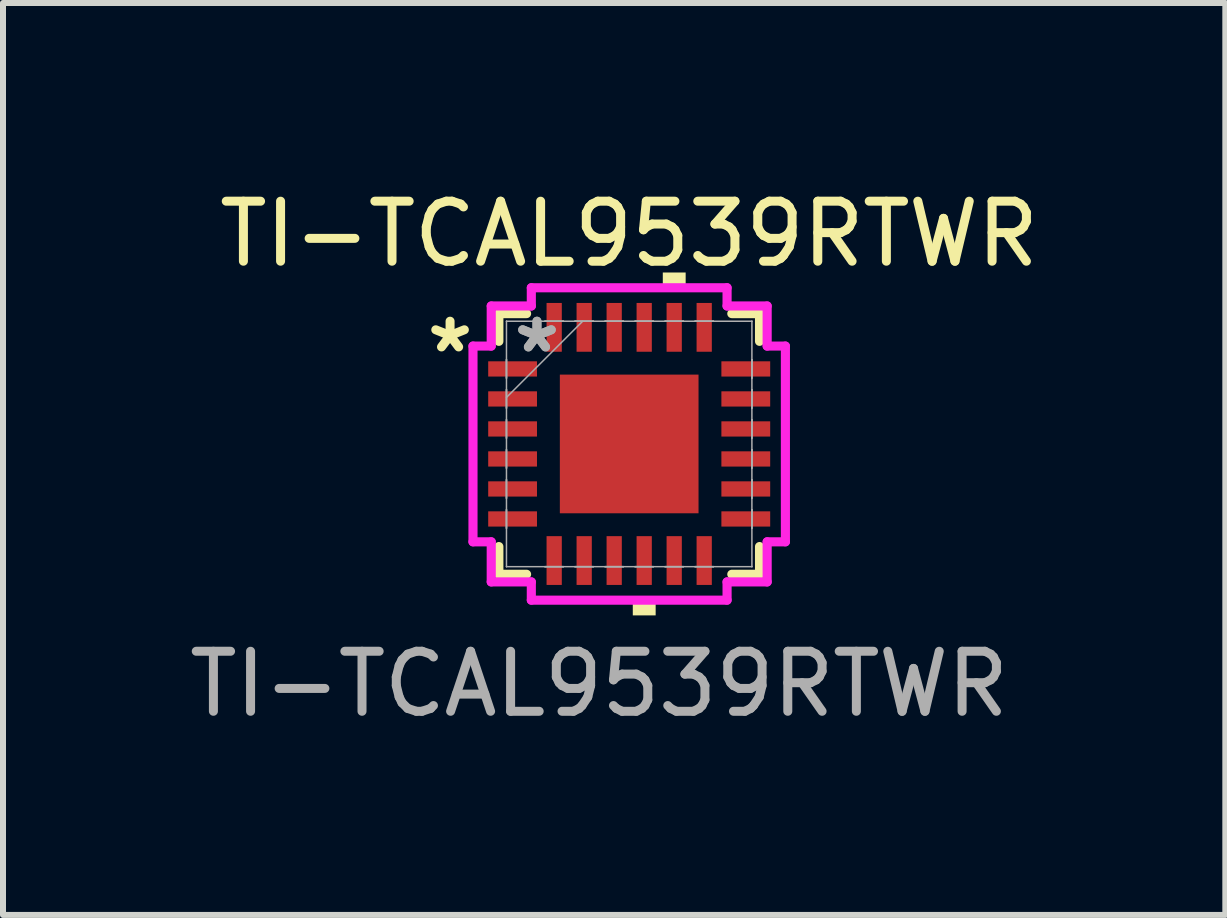
<source format=kicad_pcb>
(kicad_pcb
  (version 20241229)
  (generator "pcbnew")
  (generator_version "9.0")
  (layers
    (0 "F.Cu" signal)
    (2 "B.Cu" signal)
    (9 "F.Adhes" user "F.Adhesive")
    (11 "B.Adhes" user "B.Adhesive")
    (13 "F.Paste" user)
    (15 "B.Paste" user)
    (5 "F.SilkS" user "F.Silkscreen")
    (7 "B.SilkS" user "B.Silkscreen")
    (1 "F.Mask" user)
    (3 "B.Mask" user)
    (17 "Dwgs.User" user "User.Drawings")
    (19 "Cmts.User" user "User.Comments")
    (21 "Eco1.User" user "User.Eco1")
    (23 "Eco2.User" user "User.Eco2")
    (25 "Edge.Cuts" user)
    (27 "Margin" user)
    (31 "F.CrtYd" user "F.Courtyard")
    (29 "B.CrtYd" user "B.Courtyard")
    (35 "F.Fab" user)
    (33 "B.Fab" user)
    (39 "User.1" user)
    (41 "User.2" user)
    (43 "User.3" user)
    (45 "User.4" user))
  (footprint "TI-TCAL9539RTWR"
    (layer "F.Cu")
    (at 7.435 4.348)
    (property "Reference" "TI-TCAL9539RTWR" (at 0 -3.5 0) (unlocked yes) (layer "F.SilkS") (effects (font (size 1 1) (thickness 0.15))))
    (attr smd)
    (fp_line (start -2.172 -2.172) (end -2.172 -1.71) (stroke (width 0.152) (type solid)) (layer "F.SilkS"))
    (fp_line (start -2.172 1.71) (end -2.172 2.172) (stroke (width 0.152) (type solid)) (layer "F.SilkS"))
    (fp_line (start -2.172 2.172) (end -1.71 2.172) (stroke (width 0.152) (type solid)) (layer "F.SilkS"))
    (fp_line (start -1.71 -2.172) (end -2.172 -2.172) (stroke (width 0.152) (type solid)) (layer "F.SilkS"))
    (fp_line (start 1.71 2.172) (end 2.172 2.172) (stroke (width 0.152) (type solid)) (layer "F.SilkS"))
    (fp_line (start 2.172 -2.172) (end 1.71 -2.172) (stroke (width 0.152) (type solid)) (layer "F.SilkS"))
    (fp_line (start 2.172 -1.71) (end 2.172 -2.172) (stroke (width 0.152) (type solid)) (layer "F.SilkS"))
    (fp_line (start 2.172 2.172) (end 2.172 1.71) (stroke (width 0.152) (type solid)) (layer "F.SilkS"))
    (fp_poly (pts (xy 0.06 2.603) (xy 0.06 2.857) (xy 0.441 2.857) (xy 0.441 2.603)) (stroke (width 0) (type solid)) (fill yes) (layer "F.SilkS"))
    (fp_poly (pts (xy 0.56 -2.603) (xy 0.56 -2.857) (xy 0.941 -2.857) (xy 0.941 -2.603)) (stroke (width 0) (type solid)) (fill yes) (layer "F.SilkS"))
    (fp_line (start -2.603 -1.631) (end -2.299 -1.631) (stroke (width 0.152) (type solid)) (layer "F.CrtYd"))
    (fp_line (start -2.603 1.631) (end -2.603 -1.631) (stroke (width 0.152) (type solid)) (layer "F.CrtYd"))
    (fp_line (start -2.299 -2.299) (end -1.631 -2.299) (stroke (width 0.152) (type solid)) (layer "F.CrtYd"))
    (fp_line (start -2.299 -1.631) (end -2.299 -2.299) (stroke (width 0.152) (type solid)) (layer "F.CrtYd"))
    (fp_line (start -2.299 1.631) (end -2.603 1.631) (stroke (width 0.152) (type solid)) (layer "F.CrtYd"))
    (fp_line (start -2.299 2.299) (end -2.299 1.631) (stroke (width 0.152) (type solid)) (layer "F.CrtYd"))
    (fp_line (start -1.631 -2.603) (end 1.631 -2.603) (stroke (width 0.152) (type solid)) (layer "F.CrtYd"))
    (fp_line (start -1.631 -2.299) (end -1.631 -2.603) (stroke (width 0.152) (type solid)) (layer "F.CrtYd"))
    (fp_line (start -1.631 2.299) (end -2.299 2.299) (stroke (width 0.152) (type solid)) (layer "F.CrtYd"))
    (fp_line (start -1.631 2.603) (end -1.631 2.299) (stroke (width 0.152) (type solid)) (layer "F.CrtYd"))
    (fp_line (start 1.631 -2.603) (end 1.631 -2.299) (stroke (width 0.152) (type solid)) (layer "F.CrtYd"))
    (fp_line (start 1.631 -2.299) (end 2.299 -2.299) (stroke (width 0.152) (type solid)) (layer "F.CrtYd"))
    (fp_line (start 1.631 2.299) (end 1.631 2.603) (stroke (width 0.152) (type solid)) (layer "F.CrtYd"))
    (fp_line (start 1.631 2.603) (end -1.631 2.603) (stroke (width 0.152) (type solid)) (layer "F.CrtYd"))
    (fp_line (start 2.299 -2.299) (end 2.299 -1.631) (stroke (width 0.152) (type solid)) (layer "F.CrtYd"))
    (fp_line (start 2.299 -1.631) (end 2.603 -1.631) (stroke (width 0.152) (type solid)) (layer "F.CrtYd"))
    (fp_line (start 2.299 1.631) (end 2.299 2.299) (stroke (width 0.152) (type solid)) (layer "F.CrtYd"))
    (fp_line (start 2.299 2.299) (end 1.631 2.299) (stroke (width 0.152) (type solid)) (layer "F.CrtYd"))
    (fp_line (start 2.603 -1.631) (end 2.603 1.631) (stroke (width 0.152) (type solid)) (layer "F.CrtYd"))
    (fp_line (start 2.603 1.631) (end 2.299 1.631) (stroke (width 0.152) (type solid)) (layer "F.CrtYd"))
    (fp_line (start -2.045 -2.045) (end -2.045 -2.045) (stroke (width 0.025) (type solid)) (layer "F.Fab"))
    (fp_line (start -2.045 -2.045) (end -2.045 2.045) (stroke (width 0.025) (type solid)) (layer "F.Fab"))
    (fp_line (start -2.045 -1.403) (end -2.045 -1.403) (stroke (width 0.025) (type solid)) (layer "F.Fab"))
    (fp_line (start -2.045 -1.403) (end -2.045 -1.098) (stroke (width 0.025) (type solid)) (layer "F.Fab"))
    (fp_line (start -2.045 -1.098) (end -2.045 -1.403) (stroke (width 0.025) (type solid)) (layer "F.Fab"))
    (fp_line (start -2.045 -1.098) (end -2.045 -1.098) (stroke (width 0.025) (type solid)) (layer "F.Fab"))
    (fp_line (start -2.045 -0.903) (end -2.045 -0.903) (stroke (width 0.025) (type solid)) (layer "F.Fab"))
    (fp_line (start -2.045 -0.903) (end -2.045 -0.598) (stroke (width 0.025) (type solid)) (layer "F.Fab"))
    (fp_line (start -2.045 -0.775) (end -0.775 -2.045) (stroke (width 0.025) (type solid)) (layer "F.Fab"))
    (fp_line (start -2.045 -0.598) (end -2.045 -0.903) (stroke (width 0.025) (type solid)) (layer "F.Fab"))
    (fp_line (start -2.045 -0.598) (end -2.045 -0.598) (stroke (width 0.025) (type solid)) (layer "F.Fab"))
    (fp_line (start -2.045 -0.402) (end -2.045 -0.402) (stroke (width 0.025) (type solid)) (layer "F.Fab"))
    (fp_line (start -2.045 -0.402) (end -2.045 -0.098) (stroke (width 0.025) (type solid)) (layer "F.Fab"))
    (fp_line (start -2.045 -0.098) (end -2.045 -0.402) (stroke (width 0.025) (type solid)) (layer "F.Fab"))
    (fp_line (start -2.045 -0.098) (end -2.045 -0.098) (stroke (width 0.025) (type solid)) (layer "F.Fab"))
    (fp_line (start -2.045 0.098) (end -2.045 0.098) (stroke (width 0.025) (type solid)) (layer "F.Fab"))
    (fp_line (start -2.045 0.098) (end -2.045 0.402) (stroke (width 0.025) (type solid)) (layer "F.Fab"))
    (fp_line (start -2.045 0.402) (end -2.045 0.098) (stroke (width 0.025) (type solid)) (layer "F.Fab"))
    (fp_line (start -2.045 0.402) (end -2.045 0.402) (stroke (width 0.025) (type solid)) (layer "F.Fab"))
    (fp_line (start -2.045 0.598) (end -2.045 0.598) (stroke (width 0.025) (type solid)) (layer "F.Fab"))
    (fp_line (start -2.045 0.598) (end -2.045 0.903) (stroke (width 0.025) (type solid)) (layer "F.Fab"))
    (fp_line (start -2.045 0.903) (end -2.045 0.598) (stroke (width 0.025) (type solid)) (layer "F.Fab"))
    (fp_line (start -2.045 0.903) (end -2.045 0.903) (stroke (width 0.025) (type solid)) (layer "F.Fab"))
    (fp_line (start -2.045 1.098) (end -2.045 1.098) (stroke (width 0.025) (type solid)) (layer "F.Fab"))
    (fp_line (start -2.045 1.098) (end -2.045 1.403) (stroke (width 0.025) (type solid)) (layer "F.Fab"))
    (fp_line (start -2.045 1.403) (end -2.045 1.098) (stroke (width 0.025) (type solid)) (layer "F.Fab"))
    (fp_line (start -2.045 1.403) (end -2.045 1.403) (stroke (width 0.025) (type solid)) (layer "F.Fab"))
    (fp_line (start -2.045 2.045) (end -2.045 2.045) (stroke (width 0.025) (type solid)) (layer "F.Fab"))
    (fp_line (start -2.045 2.045) (end 2.045 2.045) (stroke (width 0.025) (type solid)) (layer "F.Fab"))
    (fp_line (start -1.403 -2.045) (end -1.403 -2.045) (stroke (width 0.025) (type solid)) (layer "F.Fab"))
    (fp_line (start -1.403 -2.045) (end -1.098 -2.045) (stroke (width 0.025) (type solid)) (layer "F.Fab"))
    (fp_line (start -1.403 2.045) (end -1.403 2.045) (stroke (width 0.025) (type solid)) (layer "F.Fab"))
    (fp_line (start -1.403 2.045) (end -1.098 2.045) (stroke (width 0.025) (type solid)) (layer "F.Fab"))
    (fp_line (start -1.098 -2.045) (end -1.403 -2.045) (stroke (width 0.025) (type solid)) (layer "F.Fab"))
    (fp_line (start -1.098 -2.045) (end -1.098 -2.045) (stroke (width 0.025) (type solid)) (layer "F.Fab"))
    (fp_line (start -1.098 2.045) (end -1.403 2.045) (stroke (width 0.025) (type solid)) (layer "F.Fab"))
    (fp_line (start -1.098 2.045) (end -1.098 2.045) (stroke (width 0.025) (type solid)) (layer "F.Fab"))
    (fp_line (start -0.903 -2.045) (end -0.903 -2.045) (stroke (width 0.025) (type solid)) (layer "F.Fab"))
    (fp_line (start -0.903 -2.045) (end -0.598 -2.045) (stroke (width 0.025) (type solid)) (layer "F.Fab"))
    (fp_line (start -0.903 2.045) (end -0.903 2.045) (stroke (width 0.025) (type solid)) (layer "F.Fab"))
    (fp_line (start -0.903 2.045) (end -0.598 2.045) (stroke (width 0.025) (type solid)) (layer "F.Fab"))
    (fp_line (start -0.598 -2.045) (end -0.903 -2.045) (stroke (width 0.025) (type solid)) (layer "F.Fab"))
    (fp_line (start -0.598 -2.045) (end -0.598 -2.045) (stroke (width 0.025) (type solid)) (layer "F.Fab"))
    (fp_line (start -0.598 2.045) (end -0.903 2.045) (stroke (width 0.025) (type solid)) (layer "F.Fab"))
    (fp_line (start -0.598 2.045) (end -0.598 2.045) (stroke (width 0.025) (type solid)) (layer "F.Fab"))
    (fp_line (start -0.402 -2.045) (end -0.402 -2.045) (stroke (width 0.025) (type solid)) (layer "F.Fab"))
    (fp_line (start -0.402 -2.045) (end -0.098 -2.045) (stroke (width 0.025) (type solid)) (layer "F.Fab"))
    (fp_line (start -0.402 2.045) (end -0.402 2.045) (stroke (width 0.025) (type solid)) (layer "F.Fab"))
    (fp_line (start -0.402 2.045) (end -0.098 2.045) (stroke (width 0.025) (type solid)) (layer "F.Fab"))
    (fp_line (start -0.098 -2.045) (end -0.402 -2.045) (stroke (width 0.025) (type solid)) (layer "F.Fab"))
    (fp_line (start -0.098 -2.045) (end -0.098 -2.045) (stroke (width 0.025) (type solid)) (layer "F.Fab"))
    (fp_line (start -0.098 2.045) (end -0.402 2.045) (stroke (width 0.025) (type solid)) (layer "F.Fab"))
    (fp_line (start -0.098 2.045) (end -0.098 2.045) (stroke (width 0.025) (type solid)) (layer "F.Fab"))
    (fp_line (start 0.098 -2.045) (end 0.098 -2.045) (stroke (width 0.025) (type solid)) (layer "F.Fab"))
    (fp_line (start 0.098 -2.045) (end 0.402 -2.045) (stroke (width 0.025) (type solid)) (layer "F.Fab"))
    (fp_line (start 0.098 2.045) (end 0.098 2.045) (stroke (width 0.025) (type solid)) (layer "F.Fab"))
    (fp_line (start 0.098 2.045) (end 0.402 2.045) (stroke (width 0.025) (type solid)) (layer "F.Fab"))
    (fp_line (start 0.402 -2.045) (end 0.098 -2.045) (stroke (width 0.025) (type solid)) (layer "F.Fab"))
    (fp_line (start 0.402 -2.045) (end 0.402 -2.045) (stroke (width 0.025) (type solid)) (layer "F.Fab"))
    (fp_line (start 0.402 2.045) (end 0.098 2.045) (stroke (width 0.025) (type solid)) (layer "F.Fab"))
    (fp_line (start 0.402 2.045) (end 0.402 2.045) (stroke (width 0.025) (type solid)) (layer "F.Fab"))
    (fp_line (start 0.598 -2.045) (end 0.598 -2.045) (stroke (width 0.025) (type solid)) (layer "F.Fab"))
    (fp_line (start 0.598 -2.045) (end 0.903 -2.045) (stroke (width 0.025) (type solid)) (layer "F.Fab"))
    (fp_line (start 0.598 2.045) (end 0.598 2.045) (stroke (width 0.025) (type solid)) (layer "F.Fab"))
    (fp_line (start 0.598 2.045) (end 0.903 2.045) (stroke (width 0.025) (type solid)) (layer "F.Fab"))
    (fp_line (start 0.903 -2.045) (end 0.598 -2.045) (stroke (width 0.025) (type solid)) (layer "F.Fab"))
    (fp_line (start 0.903 -2.045) (end 0.903 -2.045) (stroke (width 0.025) (type solid)) (layer "F.Fab"))
    (fp_line (start 0.903 2.045) (end 0.598 2.045) (stroke (width 0.025) (type solid)) (layer "F.Fab"))
    (fp_line (start 0.903 2.045) (end 0.903 2.045) (stroke (width 0.025) (type solid)) (layer "F.Fab"))
    (fp_line (start 1.098 -2.045) (end 1.098 -2.045) (stroke (width 0.025) (type solid)) (layer "F.Fab"))
    (fp_line (start 1.098 -2.045) (end 1.403 -2.045) (stroke (width 0.025) (type solid)) (layer "F.Fab"))
    (fp_line (start 1.098 2.045) (end 1.098 2.045) (stroke (width 0.025) (type solid)) (layer "F.Fab"))
    (fp_line (start 1.098 2.045) (end 1.403 2.045) (stroke (width 0.025) (type solid)) (layer "F.Fab"))
    (fp_line (start 1.403 -2.045) (end 1.098 -2.045) (stroke (width 0.025) (type solid)) (layer "F.Fab"))
    (fp_line (start 1.403 -2.045) (end 1.403 -2.045) (stroke (width 0.025) (type solid)) (layer "F.Fab"))
    (fp_line (start 1.403 2.045) (end 1.098 2.045) (stroke (width 0.025) (type solid)) (layer "F.Fab"))
    (fp_line (start 1.403 2.045) (end 1.403 2.045) (stroke (width 0.025) (type solid)) (layer "F.Fab"))
    (fp_line (start 2.045 -2.045) (end -2.045 -2.045) (stroke (width 0.025) (type solid)) (layer "F.Fab"))
    (fp_line (start 2.045 -2.045) (end 2.045 -2.045) (stroke (width 0.025) (type solid)) (layer "F.Fab"))
    (fp_line (start 2.045 -1.403) (end 2.045 -1.403) (stroke (width 0.025) (type solid)) (layer "F.Fab"))
    (fp_line (start 2.045 -1.403) (end 2.045 -1.098) (stroke (width 0.025) (type solid)) (layer "F.Fab"))
    (fp_line (start 2.045 -1.098) (end 2.045 -1.403) (stroke (width 0.025) (type solid)) (layer "F.Fab"))
    (fp_line (start 2.045 -1.098) (end 2.045 -1.098) (stroke (width 0.025) (type solid)) (layer "F.Fab"))
    (fp_line (start 2.045 -0.903) (end 2.045 -0.903) (stroke (width 0.025) (type solid)) (layer "F.Fab"))
    (fp_line (start 2.045 -0.903) (end 2.045 -0.598) (stroke (width 0.025) (type solid)) (layer "F.Fab"))
    (fp_line (start 2.045 -0.598) (end 2.045 -0.903) (stroke (width 0.025) (type solid)) (layer "F.Fab"))
    (fp_line (start 2.045 -0.598) (end 2.045 -0.598) (stroke (width 0.025) (type solid)) (layer "F.Fab"))
    (fp_line (start 2.045 -0.402) (end 2.045 -0.402) (stroke (width 0.025) (type solid)) (layer "F.Fab"))
    (fp_line (start 2.045 -0.402) (end 2.045 -0.098) (stroke (width 0.025) (type solid)) (layer "F.Fab"))
    (fp_line (start 2.045 -0.098) (end 2.045 -0.402) (stroke (width 0.025) (type solid)) (layer "F.Fab"))
    (fp_line (start 2.045 -0.098) (end 2.045 -0.098) (stroke (width 0.025) (type solid)) (layer "F.Fab"))
    (fp_line (start 2.045 0.098) (end 2.045 0.098) (stroke (width 0.025) (type solid)) (layer "F.Fab"))
    (fp_line (start 2.045 0.098) (end 2.045 0.402) (stroke (width 0.025) (type solid)) (layer "F.Fab"))
    (fp_line (start 2.045 0.402) (end 2.045 0.098) (stroke (width 0.025) (type solid)) (layer "F.Fab"))
    (fp_line (start 2.045 0.402) (end 2.045 0.402) (stroke (width 0.025) (type solid)) (layer "F.Fab"))
    (fp_line (start 2.045 0.598) (end 2.045 0.598) (stroke (width 0.025) (type solid)) (layer "F.Fab"))
    (fp_line (start 2.045 0.598) (end 2.045 0.903) (stroke (width 0.025) (type solid)) (layer "F.Fab"))
    (fp_line (start 2.045 0.903) (end 2.045 0.598) (stroke (width 0.025) (type solid)) (layer "F.Fab"))
    (fp_line (start 2.045 0.903) (end 2.045 0.903) (stroke (width 0.025) (type solid)) (layer "F.Fab"))
    (fp_line (start 2.045 1.098) (end 2.045 1.098) (stroke (width 0.025) (type solid)) (layer "F.Fab"))
    (fp_line (start 2.045 1.098) (end 2.045 1.403) (stroke (width 0.025) (type solid)) (layer "F.Fab"))
    (fp_line (start 2.045 1.403) (end 2.045 1.098) (stroke (width 0.025) (type solid)) (layer "F.Fab"))
    (fp_line (start 2.045 1.403) (end 2.045 1.403) (stroke (width 0.025) (type solid)) (layer "F.Fab"))
    (fp_line (start 2.045 2.045) (end 2.045 -2.045) (stroke (width 0.025) (type solid)) (layer "F.Fab"))
    (fp_line (start 2.045 2.045) (end 2.045 2.045) (stroke (width 0.025) (type solid)) (layer "F.Fab"))
    (fp_text user "*" (at -2.985 -1.5 0) (unlocked yes) (layer "F.SilkS") (effects (font (size 1 1) (thickness 0.15))))
    (fp_text user "*" (at -1.537 -1.5 0) (layer "F.Fab") (effects (font (size 1 1) (thickness 0.15))))
    (fp_text user "*" (at -1.537 -1.5 0) (unlocked yes) (layer "F.Fab") (effects (font (size 1 1) (thickness 0.15))))
    (fp_text user "${REFERENCE}" (at -0.5 4 0) (unlocked yes) (layer "F.Fab") (effects (font (size 1 1) (thickness 0.15))))
    (pad "1" smd rect (at -1.943 -1.25 90) (size 0.254 0.813) (layers "F.Cu" "F.Mask" "F.Paste"))
    (pad "2" smd rect (at -1.943 -0.75 90) (size 0.254 0.813) (layers "F.Cu" "F.Mask" "F.Paste"))
    (pad "3" smd rect (at -1.943 -0.25 90) (size 0.254 0.813) (layers "F.Cu" "F.Mask" "F.Paste"))
    (pad "4" smd rect (at -1.943 0.25 90) (size 0.254 0.813) (layers "F.Cu" "F.Mask" "F.Paste"))
    (pad "5" smd rect (at -1.943 0.75 90) (size 0.254 0.813) (layers "F.Cu" "F.Mask" "F.Paste"))
    (pad "6" smd rect (at -1.943 1.25 90) (size 0.254 0.813) (layers "F.Cu" "F.Mask" "F.Paste"))
    (pad "7" smd rect (at -1.25 1.943) (size 0.254 0.813) (layers "F.Cu" "F.Mask" "F.Paste"))
    (pad "8" smd rect (at -0.75 1.943) (size 0.254 0.813) (layers "F.Cu" "F.Mask" "F.Paste"))
    (pad "9" smd rect (at -0.25 1.943) (size 0.254 0.813) (layers "F.Cu" "F.Mask" "F.Paste"))
    (pad "10" smd rect (at 0.25 1.943) (size 0.254 0.813) (layers "F.Cu" "F.Mask" "F.Paste"))
    (pad "11" smd rect (at 0.75 1.943) (size 0.254 0.813) (layers "F.Cu" "F.Mask" "F.Paste"))
    (pad "12" smd rect (at 1.25 1.943) (size 0.254 0.813) (layers "F.Cu" "F.Mask" "F.Paste"))
    (pad "13" smd rect (at 1.943 1.25 90) (size 0.254 0.813) (layers "F.Cu" "F.Mask" "F.Paste"))
    (pad "14" smd rect (at 1.943 0.75 90) (size 0.254 0.813) (layers "F.Cu" "F.Mask" "F.Paste"))
    (pad "15" smd rect (at 1.943 0.25 90) (size 0.254 0.813) (layers "F.Cu" "F.Mask" "F.Paste"))
    (pad "16" smd rect (at 1.943 -0.25 90) (size 0.254 0.813) (layers "F.Cu" "F.Mask" "F.Paste"))
    (pad "17" smd rect (at 1.943 -0.75 90) (size 0.254 0.813) (layers "F.Cu" "F.Mask" "F.Paste"))
    (pad "18" smd rect (at 1.943 -1.25 90) (size 0.254 0.813) (layers "F.Cu" "F.Mask" "F.Paste"))
    (pad "19" smd rect (at 1.25 -1.943) (size 0.254 0.813) (layers "F.Cu" "F.Mask" "F.Paste"))
    (pad "20" smd rect (at 0.75 -1.943) (size 0.254 0.813) (layers "F.Cu" "F.Mask" "F.Paste"))
    (pad "21" smd rect (at 0.25 -1.943) (size 0.254 0.813) (layers "F.Cu" "F.Mask" "F.Paste"))
    (pad "22" smd rect (at -0.25 -1.943) (size 0.254 0.813) (layers "F.Cu" "F.Mask" "F.Paste"))
    (pad "23" smd rect (at -0.75 -1.943) (size 0.254 0.813) (layers "F.Cu" "F.Mask" "F.Paste"))
    (pad "24" smd rect (at -1.25 -1.943) (size 0.254 0.813) (layers "F.Cu" "F.Mask" "F.Paste"))
    (pad "25" smd rect (at 0 0) (size 2.311 2.311) (layers "F.Cu" "F.Mask" "F.Paste")))
  (gr_rect
    (start -3 -3)
    (end 17.369 12.197)
    (stroke (width 0.1) (type default))
    (fill no)
    (layer "Edge.Cuts")))
</source>
